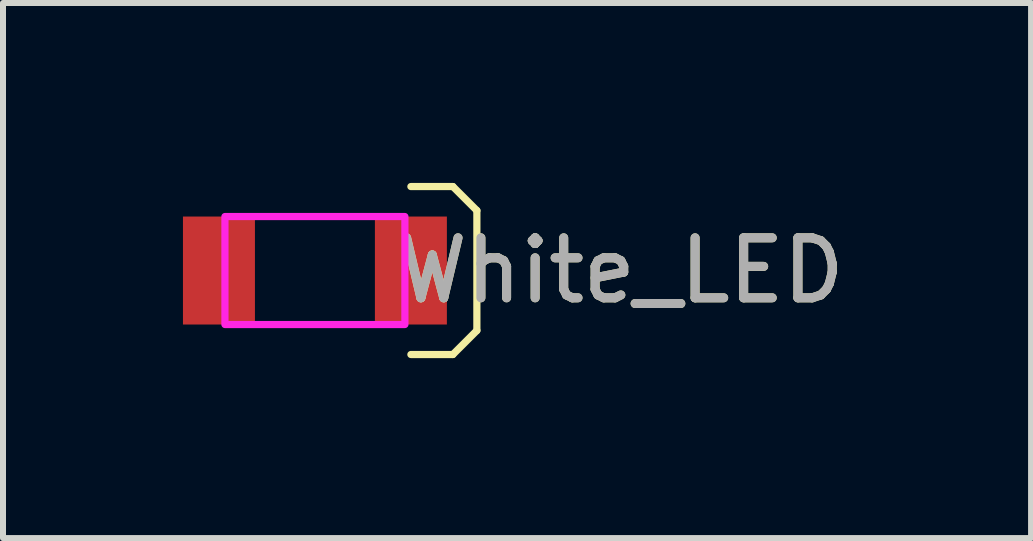
<source format=kicad_pcb>
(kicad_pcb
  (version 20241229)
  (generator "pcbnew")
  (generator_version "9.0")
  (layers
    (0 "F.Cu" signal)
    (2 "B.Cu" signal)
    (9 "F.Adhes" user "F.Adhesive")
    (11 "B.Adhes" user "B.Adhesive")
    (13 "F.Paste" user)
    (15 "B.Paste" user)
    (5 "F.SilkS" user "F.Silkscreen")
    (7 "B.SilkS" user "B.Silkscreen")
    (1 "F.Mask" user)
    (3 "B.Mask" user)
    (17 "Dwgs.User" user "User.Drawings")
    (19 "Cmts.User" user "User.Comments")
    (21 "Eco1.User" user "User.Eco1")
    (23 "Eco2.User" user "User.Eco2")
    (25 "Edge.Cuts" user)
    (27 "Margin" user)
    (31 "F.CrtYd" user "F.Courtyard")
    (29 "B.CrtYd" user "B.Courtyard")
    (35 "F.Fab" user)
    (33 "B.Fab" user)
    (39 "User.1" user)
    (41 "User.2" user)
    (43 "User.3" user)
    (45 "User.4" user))
  (footprint "White_LED"
    (layer "F.Cu")
    (at 2.2 1.46)
    (property "Reference" "White_LED" (at 5.1 0 0) (unlocked yes) (layer "F.SilkS") (effects (font (size 1 1) (thickness 0.15))))
    (attr smd)
    (fp_line (start 1.6 -1.4) (end 2.3 -1.4) (stroke (width 0.12) (type solid)) (layer "F.SilkS"))
    (fp_line (start 2.3 -1.4) (end 2.7 -1) (stroke (width 0.12) (type solid)) (layer "F.SilkS"))
    (fp_line (start 2.3 1.4) (end 1.6 1.4) (stroke (width 0.12) (type solid)) (layer "F.SilkS"))
    (fp_line (start 2.7 -1) (end 2.7 1) (stroke (width 0.12) (type solid)) (layer "F.SilkS"))
    (fp_line (start 2.7 1) (end 2.3 1.4) (stroke (width 0.12) (type solid)) (layer "F.SilkS"))
    (fp_rect (start -1.5 -0.9) (end 1.5 0.9) (stroke (width 0.12) (type solid)) (fill no) (layer "F.CrtYd"))
    (fp_text user "${REFERENCE}" (at 5.1 0 0) (unlocked yes) (layer "F.Fab") (effects (font (size 1 1) (thickness 0.15))))
    (pad "1" smd rect (at 1.6 0) (size 1.2 1.8) (layers "F.Cu" "F.Mask" "F.Paste"))
    (pad "2" smd rect (at -1.6 0) (size 1.2 1.8) (layers "F.Cu" "F.Mask" "F.Paste")))
  (gr_rect
    (start -3 -3)
    (end 14.139 5.92)
    (stroke (width 0.1) (type default))
    (fill no)
    (layer "Edge.Cuts")))
</source>
